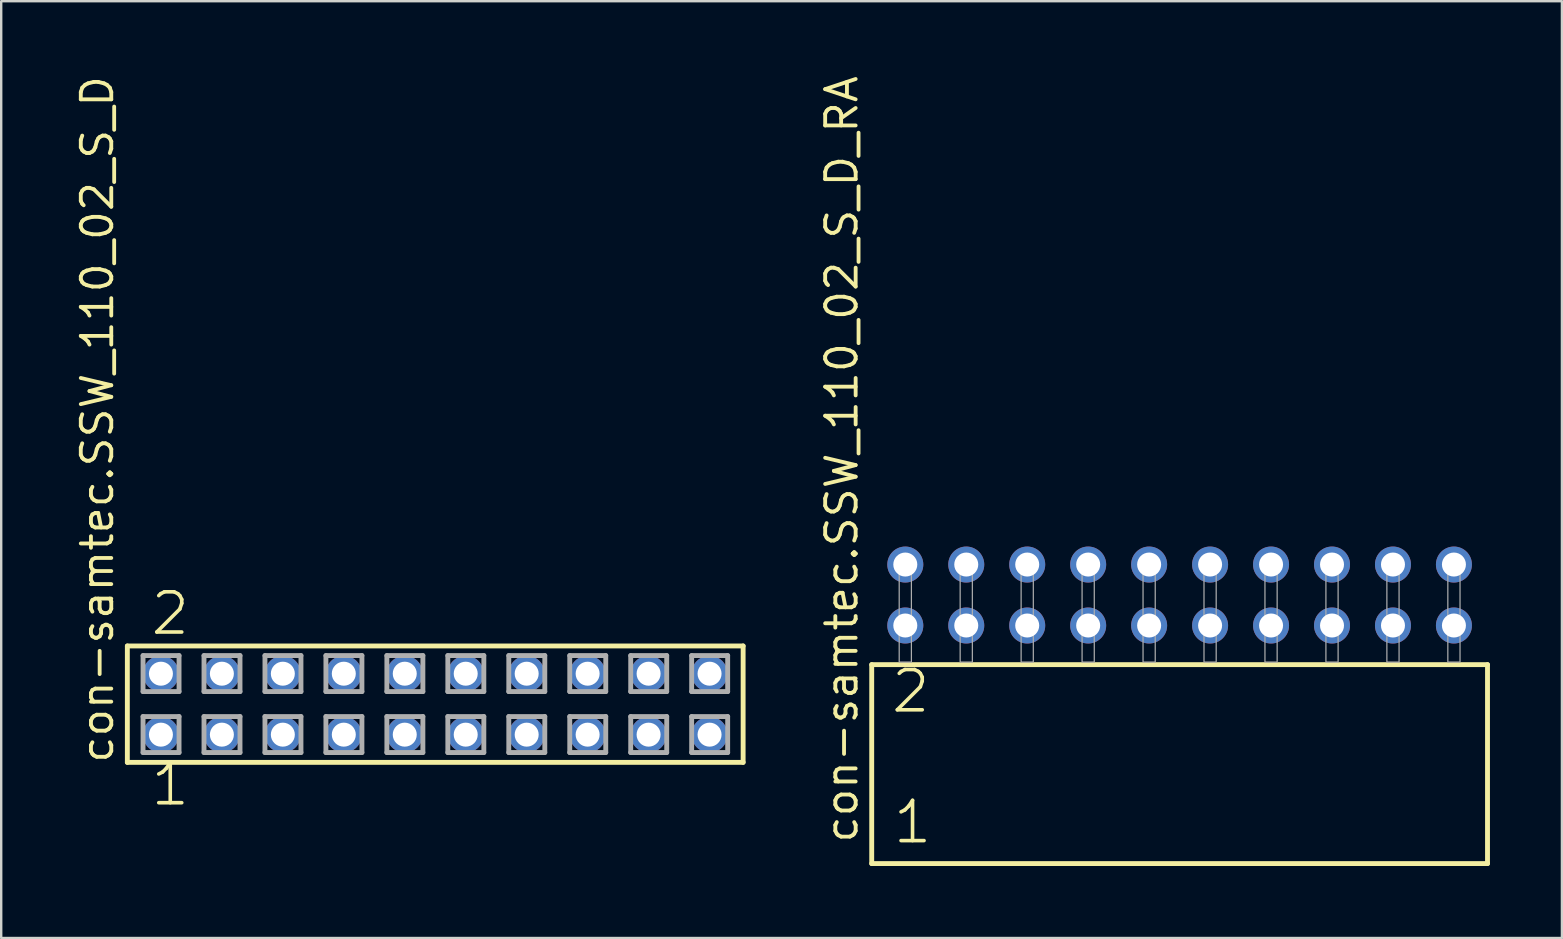
<source format=kicad_pcb>
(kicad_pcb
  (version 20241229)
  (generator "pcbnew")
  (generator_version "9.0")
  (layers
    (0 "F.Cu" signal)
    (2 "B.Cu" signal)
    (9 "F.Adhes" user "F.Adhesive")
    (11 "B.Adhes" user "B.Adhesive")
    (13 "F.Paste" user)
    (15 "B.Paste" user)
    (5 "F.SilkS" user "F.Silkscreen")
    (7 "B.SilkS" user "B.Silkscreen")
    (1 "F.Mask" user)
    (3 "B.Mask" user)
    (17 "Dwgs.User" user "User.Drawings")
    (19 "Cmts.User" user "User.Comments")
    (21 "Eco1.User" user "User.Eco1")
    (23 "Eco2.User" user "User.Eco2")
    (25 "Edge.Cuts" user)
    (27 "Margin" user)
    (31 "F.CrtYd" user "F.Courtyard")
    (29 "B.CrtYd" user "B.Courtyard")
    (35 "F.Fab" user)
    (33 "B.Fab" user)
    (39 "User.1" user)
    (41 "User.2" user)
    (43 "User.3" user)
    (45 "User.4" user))
  (footprint "con-samtec.SSW_110_02_S_D_RA"
    (layer "F.Cu")
    (at 46.101 24.537)
    (property "Reference" "con-samtec.SSW_110_02_S_D_RA" (at -13.335 7.62 90) (layer "F.SilkS") (effects (font (size 1.27 1.27) (thickness 0.16)) (justify left bottom)))
    (attr through_hole)
    (fp_line (start -12.829 0.106) (end -12.829 8.396) (stroke (width 0.203) (type default)) (layer "F.SilkS"))
    (fp_line (start -12.829 8.396) (end 12.829 8.396) (stroke (width 0.203) (type default)) (layer "F.SilkS"))
    (fp_line (start 12.829 0.106) (end -12.829 0.106) (stroke (width 0.203) (type default)) (layer "F.SilkS"))
    (fp_line (start 12.829 8.396) (end 12.829 0.106) (stroke (width 0.203) (type default)) (layer "F.SilkS"))
    (fp_rect (start -11.684 0) (end -11.176 -4.318) (stroke (width 0.05) (type default)) (fill no) (layer "F.Fab"))
    (fp_rect (start -9.144 0) (end -8.636 -4.318) (stroke (width 0.05) (type default)) (fill no) (layer "F.Fab"))
    (fp_rect (start -6.604 0) (end -6.096 -4.318) (stroke (width 0.05) (type default)) (fill no) (layer "F.Fab"))
    (fp_rect (start -4.064 0) (end -3.556 -4.318) (stroke (width 0.05) (type default)) (fill no) (layer "F.Fab"))
    (fp_rect (start -1.524 0) (end -1.016 -4.318) (stroke (width 0.05) (type default)) (fill no) (layer "F.Fab"))
    (fp_rect (start 1.016 0) (end 1.524 -4.318) (stroke (width 0.05) (type default)) (fill no) (layer "F.Fab"))
    (fp_rect (start 3.556 0) (end 4.064 -4.318) (stroke (width 0.05) (type default)) (fill no) (layer "F.Fab"))
    (fp_rect (start 6.096 0) (end 6.604 -4.318) (stroke (width 0.05) (type default)) (fill no) (layer "F.Fab"))
    (fp_rect (start 8.636 0) (end 9.144 -4.318) (stroke (width 0.05) (type default)) (fill no) (layer "F.Fab"))
    (fp_rect (start 11.176 0) (end 11.684 -4.318) (stroke (width 0.05) (type default)) (fill no) (layer "F.Fab"))
    (fp_text user "2" (at -12.1 2.2 0) (layer "F.SilkS") (effects (font (size 1.676 1.676) (thickness 0.15)) (justify left bottom)))
    (fp_text user "1" (at -12.025 7.65 0) (layer "F.SilkS") (effects (font (size 1.676 1.676) (thickness 0.15)) (justify left bottom)))
    (pad "1" thru_hole circle (at -11.43 -1.524) (size 1.5 1.5) (drill 1) (layers "*.Cu" "*.Mask"))
    (pad "2" thru_hole circle (at -11.43 -4.064) (size 1.5 1.5) (drill 1) (layers "*.Cu" "*.Mask"))
    (pad "3" thru_hole circle (at -8.89 -1.524) (size 1.5 1.5) (drill 1) (layers "*.Cu" "*.Mask"))
    (pad "4" thru_hole circle (at -8.89 -4.064) (size 1.5 1.5) (drill 1) (layers "*.Cu" "*.Mask"))
    (pad "5" thru_hole circle (at -6.35 -1.524) (size 1.5 1.5) (drill 1) (layers "*.Cu" "*.Mask"))
    (pad "6" thru_hole circle (at -6.35 -4.064) (size 1.5 1.5) (drill 1) (layers "*.Cu" "*.Mask"))
    (pad "7" thru_hole circle (at -3.81 -1.524) (size 1.5 1.5) (drill 1) (layers "*.Cu" "*.Mask"))
    (pad "8" thru_hole circle (at -3.81 -4.064) (size 1.5 1.5) (drill 1) (layers "*.Cu" "*.Mask"))
    (pad "9" thru_hole circle (at -1.27 -1.524) (size 1.5 1.5) (drill 1) (layers "*.Cu" "*.Mask"))
    (pad "10" thru_hole circle (at -1.27 -4.064) (size 1.5 1.5) (drill 1) (layers "*.Cu" "*.Mask"))
    (pad "11" thru_hole circle (at 1.27 -1.524) (size 1.5 1.5) (drill 1) (layers "*.Cu" "*.Mask"))
    (pad "12" thru_hole circle (at 1.27 -4.064) (size 1.5 1.5) (drill 1) (layers "*.Cu" "*.Mask"))
    (pad "13" thru_hole circle (at 3.81 -1.524) (size 1.5 1.5) (drill 1) (layers "*.Cu" "*.Mask"))
    (pad "14" thru_hole circle (at 3.81 -4.064) (size 1.5 1.5) (drill 1) (layers "*.Cu" "*.Mask"))
    (pad "15" thru_hole circle (at 6.35 -1.524) (size 1.5 1.5) (drill 1) (layers "*.Cu" "*.Mask"))
    (pad "16" thru_hole circle (at 6.35 -4.064) (size 1.5 1.5) (drill 1) (layers "*.Cu" "*.Mask"))
    (pad "17" thru_hole circle (at 8.89 -1.524) (size 1.5 1.5) (drill 1) (layers "*.Cu" "*.Mask"))
    (pad "18" thru_hole circle (at 8.89 -4.064) (size 1.5 1.5) (drill 1) (layers "*.Cu" "*.Mask"))
    (pad "19" thru_hole circle (at 11.43 -1.524) (size 1.5 1.5) (drill 1) (layers "*.Cu" "*.Mask"))
    (pad "20" thru_hole circle (at 11.43 -4.064) (size 1.5 1.5) (drill 1) (layers "*.Cu" "*.Mask")))
  (footprint "con-samtec.SSW_110_02_S_D"
    (layer "F.Cu")
    (at 15.085 26.291)
    (property "Reference" "con-samtec.SSW_110_02_S_D" (at -13.335 2.54 90) (layer "F.SilkS") (effects (font (size 1.27 1.27) (thickness 0.16)) (justify left bottom)))
    (attr through_hole)
    (fp_line (start -12.829 -2.425) (end 12.829 -2.425) (stroke (width 0.203) (type default)) (layer "F.SilkS"))
    (fp_line (start -12.829 2.425) (end -12.829 -2.425) (stroke (width 0.203) (type default)) (layer "F.SilkS"))
    (fp_line (start 12.829 -2.425) (end 12.829 2.425) (stroke (width 0.203) (type default)) (layer "F.SilkS"))
    (fp_line (start 12.829 2.425) (end -12.829 2.425) (stroke (width 0.203) (type default)) (layer "F.SilkS"))
    (fp_line (start -12.175 -2.025) (end -10.675 -2.025) (stroke (width 0.203) (type default)) (layer "F.Fab"))
    (fp_line (start -12.175 -0.525) (end -12.175 -2.025) (stroke (width 0.203) (type default)) (layer "F.Fab"))
    (fp_line (start -12.175 0.515) (end -10.675 0.515) (stroke (width 0.203) (type default)) (layer "F.Fab"))
    (fp_line (start -12.175 2.015) (end -12.175 0.515) (stroke (width 0.203) (type default)) (layer "F.Fab"))
    (fp_line (start -10.675 -2.025) (end -10.675 -0.525) (stroke (width 0.203) (type default)) (layer "F.Fab"))
    (fp_line (start -10.675 -0.525) (end -12.175 -0.525) (stroke (width 0.203) (type default)) (layer "F.Fab"))
    (fp_line (start -10.675 0.515) (end -10.675 2.015) (stroke (width 0.203) (type default)) (layer "F.Fab"))
    (fp_line (start -10.675 2.015) (end -12.175 2.015) (stroke (width 0.203) (type default)) (layer "F.Fab"))
    (fp_line (start -9.635 -2.025) (end -8.135 -2.025) (stroke (width 0.203) (type default)) (layer "F.Fab"))
    (fp_line (start -9.635 -0.525) (end -9.635 -2.025) (stroke (width 0.203) (type default)) (layer "F.Fab"))
    (fp_line (start -9.635 0.515) (end -8.135 0.515) (stroke (width 0.203) (type default)) (layer "F.Fab"))
    (fp_line (start -9.635 2.015) (end -9.635 0.515) (stroke (width 0.203) (type default)) (layer "F.Fab"))
    (fp_line (start -8.135 -2.025) (end -8.135 -0.525) (stroke (width 0.203) (type default)) (layer "F.Fab"))
    (fp_line (start -8.135 -0.525) (end -9.635 -0.525) (stroke (width 0.203) (type default)) (layer "F.Fab"))
    (fp_line (start -8.135 0.515) (end -8.135 2.015) (stroke (width 0.203) (type default)) (layer "F.Fab"))
    (fp_line (start -8.135 2.015) (end -9.635 2.015) (stroke (width 0.203) (type default)) (layer "F.Fab"))
    (fp_line (start -7.095 -2.025) (end -5.595 -2.025) (stroke (width 0.203) (type default)) (layer "F.Fab"))
    (fp_line (start -7.095 -0.525) (end -7.095 -2.025) (stroke (width 0.203) (type default)) (layer "F.Fab"))
    (fp_line (start -7.095 0.515) (end -5.595 0.515) (stroke (width 0.203) (type default)) (layer "F.Fab"))
    (fp_line (start -7.095 2.015) (end -7.095 0.515) (stroke (width 0.203) (type default)) (layer "F.Fab"))
    (fp_line (start -5.595 -2.025) (end -5.595 -0.525) (stroke (width 0.203) (type default)) (layer "F.Fab"))
    (fp_line (start -5.595 -0.525) (end -7.095 -0.525) (stroke (width 0.203) (type default)) (layer "F.Fab"))
    (fp_line (start -5.595 0.515) (end -5.595 2.015) (stroke (width 0.203) (type default)) (layer "F.Fab"))
    (fp_line (start -5.595 2.015) (end -7.095 2.015) (stroke (width 0.203) (type default)) (layer "F.Fab"))
    (fp_line (start -4.555 -2.025) (end -3.055 -2.025) (stroke (width 0.203) (type default)) (layer "F.Fab"))
    (fp_line (start -4.555 -0.525) (end -4.555 -2.025) (stroke (width 0.203) (type default)) (layer "F.Fab"))
    (fp_line (start -4.555 0.515) (end -3.055 0.515) (stroke (width 0.203) (type default)) (layer "F.Fab"))
    (fp_line (start -4.555 2.015) (end -4.555 0.515) (stroke (width 0.203) (type default)) (layer "F.Fab"))
    (fp_line (start -3.055 -2.025) (end -3.055 -0.525) (stroke (width 0.203) (type default)) (layer "F.Fab"))
    (fp_line (start -3.055 -0.525) (end -4.555 -0.525) (stroke (width 0.203) (type default)) (layer "F.Fab"))
    (fp_line (start -3.055 0.515) (end -3.055 2.015) (stroke (width 0.203) (type default)) (layer "F.Fab"))
    (fp_line (start -3.055 2.015) (end -4.555 2.015) (stroke (width 0.203) (type default)) (layer "F.Fab"))
    (fp_line (start -2.015 -2.025) (end -0.515 -2.025) (stroke (width 0.203) (type default)) (layer "F.Fab"))
    (fp_line (start -2.015 -0.525) (end -2.015 -2.025) (stroke (width 0.203) (type default)) (layer "F.Fab"))
    (fp_line (start -2.015 0.515) (end -0.515 0.515) (stroke (width 0.203) (type default)) (layer "F.Fab"))
    (fp_line (start -2.015 2.015) (end -2.015 0.515) (stroke (width 0.203) (type default)) (layer "F.Fab"))
    (fp_line (start -0.515 -2.025) (end -0.515 -0.525) (stroke (width 0.203) (type default)) (layer "F.Fab"))
    (fp_line (start -0.515 -0.525) (end -2.015 -0.525) (stroke (width 0.203) (type default)) (layer "F.Fab"))
    (fp_line (start -0.515 0.515) (end -0.515 2.015) (stroke (width 0.203) (type default)) (layer "F.Fab"))
    (fp_line (start -0.515 2.015) (end -2.015 2.015) (stroke (width 0.203) (type default)) (layer "F.Fab"))
    (fp_line (start 0.525 -2.025) (end 2.025 -2.025) (stroke (width 0.203) (type default)) (layer "F.Fab"))
    (fp_line (start 0.525 -0.525) (end 0.525 -2.025) (stroke (width 0.203) (type default)) (layer "F.Fab"))
    (fp_line (start 0.525 0.515) (end 2.025 0.515) (stroke (width 0.203) (type default)) (layer "F.Fab"))
    (fp_line (start 0.525 2.015) (end 0.525 0.515) (stroke (width 0.203) (type default)) (layer "F.Fab"))
    (fp_line (start 2.025 -2.025) (end 2.025 -0.525) (stroke (width 0.203) (type default)) (layer "F.Fab"))
    (fp_line (start 2.025 -0.525) (end 0.525 -0.525) (stroke (width 0.203) (type default)) (layer "F.Fab"))
    (fp_line (start 2.025 0.515) (end 2.025 2.015) (stroke (width 0.203) (type default)) (layer "F.Fab"))
    (fp_line (start 2.025 2.015) (end 0.525 2.015) (stroke (width 0.203) (type default)) (layer "F.Fab"))
    (fp_line (start 3.065 -2.025) (end 4.565 -2.025) (stroke (width 0.203) (type default)) (layer "F.Fab"))
    (fp_line (start 3.065 -0.525) (end 3.065 -2.025) (stroke (width 0.203) (type default)) (layer "F.Fab"))
    (fp_line (start 3.065 0.515) (end 4.565 0.515) (stroke (width 0.203) (type default)) (layer "F.Fab"))
    (fp_line (start 3.065 2.015) (end 3.065 0.515) (stroke (width 0.203) (type default)) (layer "F.Fab"))
    (fp_line (start 4.565 -2.025) (end 4.565 -0.525) (stroke (width 0.203) (type default)) (layer "F.Fab"))
    (fp_line (start 4.565 -0.525) (end 3.065 -0.525) (stroke (width 0.203) (type default)) (layer "F.Fab"))
    (fp_line (start 4.565 0.515) (end 4.565 2.015) (stroke (width 0.203) (type default)) (layer "F.Fab"))
    (fp_line (start 4.565 2.015) (end 3.065 2.015) (stroke (width 0.203) (type default)) (layer "F.Fab"))
    (fp_line (start 5.605 -2.025) (end 7.105 -2.025) (stroke (width 0.203) (type default)) (layer "F.Fab"))
    (fp_line (start 5.605 -0.525) (end 5.605 -2.025) (stroke (width 0.203) (type default)) (layer "F.Fab"))
    (fp_line (start 5.605 0.515) (end 7.105 0.515) (stroke (width 0.203) (type default)) (layer "F.Fab"))
    (fp_line (start 5.605 2.015) (end 5.605 0.515) (stroke (width 0.203) (type default)) (layer "F.Fab"))
    (fp_line (start 7.105 -2.025) (end 7.105 -0.525) (stroke (width 0.203) (type default)) (layer "F.Fab"))
    (fp_line (start 7.105 -0.525) (end 5.605 -0.525) (stroke (width 0.203) (type default)) (layer "F.Fab"))
    (fp_line (start 7.105 0.515) (end 7.105 2.015) (stroke (width 0.203) (type default)) (layer "F.Fab"))
    (fp_line (start 7.105 2.015) (end 5.605 2.015) (stroke (width 0.203) (type default)) (layer "F.Fab"))
    (fp_line (start 8.145 -2.025) (end 9.645 -2.025) (stroke (width 0.203) (type default)) (layer "F.Fab"))
    (fp_line (start 8.145 -0.525) (end 8.145 -2.025) (stroke (width 0.203) (type default)) (layer "F.Fab"))
    (fp_line (start 8.145 0.515) (end 9.645 0.515) (stroke (width 0.203) (type default)) (layer "F.Fab"))
    (fp_line (start 8.145 2.015) (end 8.145 0.515) (stroke (width 0.203) (type default)) (layer "F.Fab"))
    (fp_line (start 9.645 -2.025) (end 9.645 -0.525) (stroke (width 0.203) (type default)) (layer "F.Fab"))
    (fp_line (start 9.645 -0.525) (end 8.145 -0.525) (stroke (width 0.203) (type default)) (layer "F.Fab"))
    (fp_line (start 9.645 0.515) (end 9.645 2.015) (stroke (width 0.203) (type default)) (layer "F.Fab"))
    (fp_line (start 9.645 2.015) (end 8.145 2.015) (stroke (width 0.203) (type default)) (layer "F.Fab"))
    (fp_line (start 10.685 -2.025) (end 12.185 -2.025) (stroke (width 0.203) (type default)) (layer "F.Fab"))
    (fp_line (start 10.685 -0.525) (end 10.685 -2.025) (stroke (width 0.203) (type default)) (layer "F.Fab"))
    (fp_line (start 10.685 0.515) (end 12.185 0.515) (stroke (width 0.203) (type default)) (layer "F.Fab"))
    (fp_line (start 10.685 2.015) (end 10.685 0.515) (stroke (width 0.203) (type default)) (layer "F.Fab"))
    (fp_line (start 12.185 -2.025) (end 12.185 -0.525) (stroke (width 0.203) (type default)) (layer "F.Fab"))
    (fp_line (start 12.185 -0.525) (end 10.685 -0.525) (stroke (width 0.203) (type default)) (layer "F.Fab"))
    (fp_line (start 12.185 0.515) (end 12.185 2.015) (stroke (width 0.203) (type default)) (layer "F.Fab"))
    (fp_line (start 12.185 2.015) (end 10.685 2.015) (stroke (width 0.203) (type default)) (layer "F.Fab"))
    (fp_text user "1" (at -11.938 4.318 0) (layer "F.SilkS") (effects (font (size 1.676 1.676) (thickness 0.15)) (justify left bottom)))
    (fp_text user "2" (at -11.938 -2.794 0) (layer "F.SilkS") (effects (font (size 1.676 1.676) (thickness 0.15)) (justify left bottom)))
    (pad "1" thru_hole circle (at -11.43 1.27) (size 1.5 1.5) (drill 1) (layers "*.Cu" "*.Mask"))
    (pad "2" thru_hole circle (at -11.43 -1.27) (size 1.5 1.5) (drill 1) (layers "*.Cu" "*.Mask"))
    (pad "3" thru_hole circle (at -8.89 1.27) (size 1.5 1.5) (drill 1) (layers "*.Cu" "*.Mask"))
    (pad "4" thru_hole circle (at -8.89 -1.27) (size 1.5 1.5) (drill 1) (layers "*.Cu" "*.Mask"))
    (pad "5" thru_hole circle (at -6.35 1.27) (size 1.5 1.5) (drill 1) (layers "*.Cu" "*.Mask"))
    (pad "6" thru_hole circle (at -6.35 -1.27) (size 1.5 1.5) (drill 1) (layers "*.Cu" "*.Mask"))
    (pad "7" thru_hole circle (at -3.81 1.27) (size 1.5 1.5) (drill 1) (layers "*.Cu" "*.Mask"))
    (pad "8" thru_hole circle (at -3.81 -1.27) (size 1.5 1.5) (drill 1) (layers "*.Cu" "*.Mask"))
    (pad "9" thru_hole circle (at -1.27 1.27) (size 1.5 1.5) (drill 1) (layers "*.Cu" "*.Mask"))
    (pad "10" thru_hole circle (at -1.27 -1.27) (size 1.5 1.5) (drill 1) (layers "*.Cu" "*.Mask"))
    (pad "11" thru_hole circle (at 1.27 1.27) (size 1.5 1.5) (drill 1) (layers "*.Cu" "*.Mask"))
    (pad "12" thru_hole circle (at 1.27 -1.27) (size 1.5 1.5) (drill 1) (layers "*.Cu" "*.Mask"))
    (pad "13" thru_hole circle (at 3.81 1.27) (size 1.5 1.5) (drill 1) (layers "*.Cu" "*.Mask"))
    (pad "14" thru_hole circle (at 3.81 -1.27) (size 1.5 1.5) (drill 1) (layers "*.Cu" "*.Mask"))
    (pad "15" thru_hole circle (at 6.35 1.27) (size 1.5 1.5) (drill 1) (layers "*.Cu" "*.Mask"))
    (pad "16" thru_hole circle (at 6.35 -1.27) (size 1.5 1.5) (drill 1) (layers "*.Cu" "*.Mask"))
    (pad "17" thru_hole circle (at 8.89 1.27) (size 1.5 1.5) (drill 1) (layers "*.Cu" "*.Mask"))
    (pad "18" thru_hole circle (at 8.89 -1.27) (size 1.5 1.5) (drill 1) (layers "*.Cu" "*.Mask"))
    (pad "19" thru_hole circle (at 11.43 1.27) (size 1.5 1.5) (drill 1) (layers "*.Cu" "*.Mask"))
    (pad "20" thru_hole circle (at 11.43 -1.27) (size 1.5 1.5) (drill 1) (layers "*.Cu" "*.Mask")))
  (gr_rect
    (start -3 -3)
    (end 62.031 36.035)
    (stroke (width 0.1) (type default))
    (fill no)
    (layer "Edge.Cuts")))
</source>
